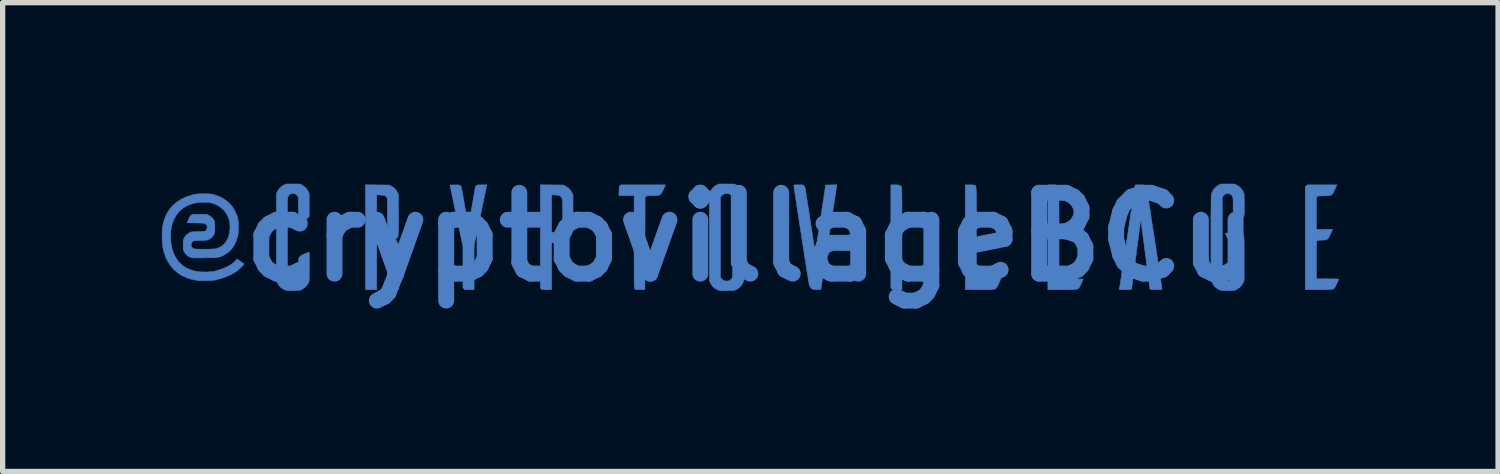
<source format=kicad_pcb>
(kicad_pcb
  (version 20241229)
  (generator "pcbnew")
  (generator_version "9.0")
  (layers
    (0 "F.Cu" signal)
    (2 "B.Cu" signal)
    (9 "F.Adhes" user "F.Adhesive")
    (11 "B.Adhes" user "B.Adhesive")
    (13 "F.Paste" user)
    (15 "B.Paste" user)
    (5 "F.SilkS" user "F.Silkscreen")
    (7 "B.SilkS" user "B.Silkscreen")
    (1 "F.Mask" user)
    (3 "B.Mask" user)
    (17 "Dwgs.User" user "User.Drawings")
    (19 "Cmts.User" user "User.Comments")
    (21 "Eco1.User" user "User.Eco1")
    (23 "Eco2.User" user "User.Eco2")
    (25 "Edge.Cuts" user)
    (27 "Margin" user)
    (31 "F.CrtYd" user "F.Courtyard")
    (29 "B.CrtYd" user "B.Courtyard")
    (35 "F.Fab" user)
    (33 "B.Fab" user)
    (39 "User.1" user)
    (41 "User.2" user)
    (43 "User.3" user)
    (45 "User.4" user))
  (footprint "cryptovillageBCu"
    (layer "B.Cu")
    (at 11.092 1.418)
    (property "Reference" "cryptovillageBCu" (at 0 0 0) (layer "B.Cu") (effects (font (size 1.524 1.524) (thickness 0.3))))
    (attr through_hole)
    (fp_poly (pts (xy 2.765 -0.984) (xy 2.794 -0.981) (xy 2.815 -0.976) (xy 2.83 -0.968) (xy 2.841 -0.955) (xy 2.847 -0.944) (xy 2.849 -0.94) (xy 2.85 -0.935) (xy 2.851 -0.927) (xy 2.852 -0.916) (xy 2.853 -0.902) (xy 2.854 -0.884) (xy 2.854 -0.861) (xy 2.855 -0.833) (xy 2.856 -0.799) (xy 2.856 -0.759) (xy 2.856 -0.711) (xy 2.857 -0.656) (xy 2.857 -0.592) (xy 2.857 -0.519) (xy 2.857 -0.437) (xy 2.857 -0.345) (xy 2.857 -0.242) (xy 2.857 -0.128) (xy 2.857 -0.001) (xy 2.857 0.034) (xy 2.857 0.991) (xy 2.768 0.991) (xy 2.733 0.991) (xy 2.708 0.99) (xy 2.691 0.989) (xy 2.68 0.986) (xy 2.672 0.982) (xy 2.665 0.977) (xy 2.664 0.975) (xy 2.648 0.959) (xy 2.648 -0.984) (xy 2.724 -0.984) (xy 2.765 -0.984)) (stroke (width 0.01) (type solid)) (fill yes) (layer "B.Cu"))
    (fp_poly (pts (xy 5.723 -0.984) (xy 5.753 -0.982) (xy 5.774 -0.979) (xy 5.782 -0.977) (xy 5.787 -0.975) (xy 5.791 -0.973) (xy 5.795 -0.971) (xy 5.799 -0.967) (xy 5.802 -0.963) (xy 5.804 -0.955) (xy 5.807 -0.945) (xy 5.809 -0.932) (xy 5.811 -0.914) (xy 5.812 -0.891) (xy 5.813 -0.863) (xy 5.814 -0.829) (xy 5.815 -0.788) (xy 5.816 -0.74) (xy 5.816 -0.684) (xy 5.816 -0.619) (xy 5.816 -0.545) (xy 5.817 -0.462) (xy 5.817 -0.367) (xy 5.817 -0.262) (xy 5.817 -0.145) (xy 5.817 -0.073) (xy 5.817 0.787) (xy 6.273 0.791) (xy 6.241 0.864) (xy 6.225 0.9) (xy 6.212 0.926) (xy 6.202 0.945) (xy 6.193 0.957) (xy 6.183 0.966) (xy 6.172 0.973) (xy 6.163 0.978) (xy 6.156 0.981) (xy 6.149 0.983) (xy 6.139 0.986) (xy 6.127 0.987) (xy 6.11 0.988) (xy 6.088 0.989) (xy 6.059 0.99) (xy 6.021 0.99) (xy 5.975 0.991) (xy 5.918 0.991) (xy 5.872 0.991) (xy 5.607 0.991) (xy 5.607 -0.984) (xy 5.686 -0.984) (xy 5.723 -0.984)) (stroke (width 0.01) (type solid)) (fill yes) (layer "B.Cu"))
    (fp_poly (pts (xy 4.166 -0.984) (xy 4.195 -0.982) (xy 4.216 -0.98) (xy 4.229 -0.978) (xy 4.229 -0.978) (xy 4.234 -0.976) (xy 4.238 -0.973) (xy 4.241 -0.971) (xy 4.245 -0.967) (xy 4.247 -0.962) (xy 4.25 -0.954) (xy 4.252 -0.943) (xy 4.254 -0.929) (xy 4.255 -0.91) (xy 4.257 -0.886) (xy 4.258 -0.857) (xy 4.259 -0.822) (xy 4.259 -0.78) (xy 4.26 -0.73) (xy 4.26 -0.672) (xy 4.261 -0.606) (xy 4.261 -0.53) (xy 4.261 -0.445) (xy 4.261 -0.349) (xy 4.261 -0.241) (xy 4.261 -0.122) (xy 4.261 -0.073) (xy 4.261 0.787) (xy 4.489 0.787) (xy 4.542 0.787) (xy 4.59 0.788) (xy 4.633 0.788) (xy 4.668 0.788) (xy 4.695 0.789) (xy 4.712 0.789) (xy 4.718 0.79) (xy 4.716 0.797) (xy 4.709 0.813) (xy 4.699 0.836) (xy 4.687 0.862) (xy 4.675 0.889) (xy 4.663 0.914) (xy 4.653 0.934) (xy 4.646 0.948) (xy 4.644 0.951) (xy 4.632 0.963) (xy 4.615 0.975) (xy 4.608 0.978) (xy 4.601 0.981) (xy 4.593 0.984) (xy 4.582 0.986) (xy 4.568 0.987) (xy 4.549 0.988) (xy 4.524 0.989) (xy 4.492 0.99) (xy 4.451 0.99) (xy 4.401 0.99) (xy 4.339 0.99) (xy 4.316 0.99) (xy 4.051 0.991) (xy 4.051 -0.984) (xy 4.134 -0.984) (xy 4.166 -0.984)) (stroke (width 0.01) (type solid)) (fill yes) (layer "B.Cu"))
    (fp_poly (pts (xy -4.969 -0.97) (xy -4.971 -0.962) (xy -4.975 -0.942) (xy -4.981 -0.912) (xy -4.99 -0.872) (xy -5 -0.823) (xy -5.012 -0.766) (xy -5.025 -0.702) (xy -5.04 -0.633) (xy -5.056 -0.558) (xy -5.072 -0.478) (xy -5.09 -0.397) (xy -5.207 0.162) (xy -5.207 0.991) (xy -5.384 0.991) (xy -5.4 0.971) (xy -5.417 0.952) (xy -5.417 0.175) (xy -5.662 -0.981) (xy -5.574 -0.983) (xy -5.533 -0.983) (xy -5.503 -0.982) (xy -5.482 -0.979) (xy -5.467 -0.973) (xy -5.457 -0.963) (xy -5.45 -0.95) (xy -5.449 -0.947) (xy -5.447 -0.938) (xy -5.443 -0.917) (xy -5.437 -0.887) (xy -5.429 -0.847) (xy -5.421 -0.799) (xy -5.411 -0.745) (xy -5.4 -0.686) (xy -5.389 -0.622) (xy -5.382 -0.578) (xy -5.37 -0.512) (xy -5.359 -0.45) (xy -5.349 -0.393) (xy -5.34 -0.342) (xy -5.332 -0.297) (xy -5.326 -0.261) (xy -5.321 -0.235) (xy -5.317 -0.218) (xy -5.316 -0.214) (xy -5.314 -0.218) (xy -5.31 -0.233) (xy -5.305 -0.26) (xy -5.297 -0.297) (xy -5.289 -0.343) (xy -5.278 -0.399) (xy -5.267 -0.462) (xy -5.254 -0.533) (xy -5.247 -0.576) (xy -5.182 -0.949) (xy -5.163 -0.967) (xy -5.155 -0.974) (xy -5.147 -0.978) (xy -5.137 -0.982) (xy -5.122 -0.983) (xy -5.101 -0.984) (xy -5.07 -0.984) (xy -5.054 -0.984) (xy -4.965 -0.984) (xy -4.969 -0.97)) (stroke (width 0.01) (type solid)) (fill yes) (layer "B.Cu"))
    (fp_poly (pts (xy -1.606 -0.97) (xy -1.617 -0.943) (xy -1.631 -0.913) (xy -1.646 -0.883) (xy -1.661 -0.854) (xy -1.675 -0.83) (xy -1.686 -0.813) (xy -1.69 -0.808) (xy -1.703 -0.798) (xy -1.717 -0.791) (xy -1.736 -0.786) (xy -1.762 -0.783) (xy -1.795 -0.782) (xy -1.839 -0.781) (xy -1.849 -0.781) (xy -1.887 -0.781) (xy -1.914 -0.781) (xy -1.933 -0.779) (xy -1.946 -0.777) (xy -1.955 -0.774) (xy -1.962 -0.769) (xy -1.967 -0.766) (xy -1.984 -0.75) (xy -1.986 0.12) (xy -1.988 0.991) (xy -2.077 0.991) (xy -2.112 0.99) (xy -2.138 0.99) (xy -2.155 0.988) (xy -2.166 0.986) (xy -2.173 0.982) (xy -2.178 0.978) (xy -2.18 0.976) (xy -2.181 0.973) (xy -2.183 0.97) (xy -2.184 0.964) (xy -2.185 0.956) (xy -2.186 0.945) (xy -2.187 0.93) (xy -2.188 0.911) (xy -2.189 0.886) (xy -2.189 0.856) (xy -2.19 0.82) (xy -2.19 0.777) (xy -2.19 0.726) (xy -2.19 0.667) (xy -2.191 0.6) (xy -2.191 0.522) (xy -2.191 0.435) (xy -2.191 0.337) (xy -2.191 0.228) (xy -2.191 0.106) (xy -2.191 -0.781) (xy -2.477 -0.781) (xy -2.475 -0.867) (xy -2.474 -0.902) (xy -2.473 -0.926) (xy -2.472 -0.942) (xy -2.469 -0.953) (xy -2.464 -0.96) (xy -2.458 -0.967) (xy -2.456 -0.969) (xy -2.438 -0.984) (xy -1.601 -0.984) (xy -1.606 -0.97)) (stroke (width 0.01) (type solid)) (fill yes) (layer "B.Cu"))
    (fp_poly (pts (xy -3.742 -0.983) (xy -3.527 -0.981) (xy -3.486 -0.961) (xy -3.438 -0.931) (xy -3.398 -0.891) (xy -3.367 -0.846) (xy -3.363 -0.838) (xy -3.343 -0.797) (xy -3.342 -0.481) (xy -3.341 -0.404) (xy -3.341 -0.337) (xy -3.341 -0.281) (xy -3.342 -0.234) (xy -3.343 -0.195) (xy -3.345 -0.163) (xy -3.347 -0.137) (xy -3.35 -0.115) (xy -3.354 -0.096) (xy -3.359 -0.079) (xy -3.366 -0.063) (xy -3.373 -0.047) (xy -3.375 -0.042) (xy -3.389 -0.017) (xy -3.407 0.009) (xy -3.419 0.024) (xy -3.451 0.054) (xy -3.488 0.077) (xy -3.531 0.093) (xy -3.582 0.103) (xy -3.642 0.107) (xy -3.669 0.108) (xy -3.747 0.108) (xy -3.747 0.991) (xy -3.838 0.991) (xy -3.874 0.991) (xy -3.899 0.99) (xy -3.916 0.989) (xy -3.927 0.987) (xy -3.934 0.983) (xy -3.94 0.978) (xy -3.943 0.974) (xy -3.956 0.957) (xy -3.956 -0.089) (xy -3.747 -0.089) (xy -3.682 -0.089) (xy -3.65 -0.089) (xy -3.628 -0.091) (xy -3.612 -0.095) (xy -3.598 -0.1) (xy -3.595 -0.102) (xy -3.576 -0.116) (xy -3.558 -0.134) (xy -3.556 -0.138) (xy -3.54 -0.161) (xy -3.538 -0.423) (xy -3.538 -0.493) (xy -3.538 -0.552) (xy -3.538 -0.6) (xy -3.539 -0.639) (xy -3.54 -0.67) (xy -3.542 -0.694) (xy -3.545 -0.713) (xy -3.549 -0.727) (xy -3.554 -0.738) (xy -3.561 -0.748) (xy -3.568 -0.756) (xy -3.571 -0.759) (xy -3.591 -0.775) (xy -3.615 -0.786) (xy -3.647 -0.792) (xy -3.687 -0.794) (xy -3.694 -0.794) (xy -3.747 -0.794) (xy -3.747 -0.089) (xy -3.956 -0.089) (xy -3.956 -0.985) (xy -3.742 -0.983)) (stroke (width 0.01) (type solid)) (fill yes) (layer "B.Cu"))
    (fp_poly (pts (xy 11.029 -0.929) (xy 11.016 -0.901) (xy 11.004 -0.875) (xy 10.995 -0.854) (xy 10.992 -0.848) (xy 10.981 -0.827) (xy 10.969 -0.81) (xy 10.954 -0.798) (xy 10.933 -0.789) (xy 10.906 -0.783) (xy 10.87 -0.779) (xy 10.825 -0.777) (xy 10.8 -0.776) (xy 10.759 -0.775) (xy 10.729 -0.774) (xy 10.708 -0.772) (xy 10.695 -0.77) (xy 10.686 -0.768) (xy 10.681 -0.764) (xy 10.677 -0.76) (xy 10.675 -0.755) (xy 10.673 -0.747) (xy 10.672 -0.735) (xy 10.671 -0.717) (xy 10.67 -0.693) (xy 10.669 -0.661) (xy 10.668 -0.621) (xy 10.668 -0.571) (xy 10.668 -0.51) (xy 10.668 -0.446) (xy 10.668 -0.146) (xy 10.972 -0.146) (xy 10.95 -0.094) (xy 10.93 -0.048) (xy 10.913 -0.012) (xy 10.898 0.015) (xy 10.882 0.033) (xy 10.865 0.045) (xy 10.844 0.053) (xy 10.819 0.056) (xy 10.788 0.057) (xy 10.777 0.057) (xy 10.736 0.058) (xy 10.706 0.063) (xy 10.686 0.07) (xy 10.674 0.082) (xy 10.672 0.086) (xy 10.671 0.094) (xy 10.671 0.114) (xy 10.67 0.144) (xy 10.669 0.183) (xy 10.669 0.23) (xy 10.668 0.283) (xy 10.668 0.343) (xy 10.668 0.406) (xy 10.668 0.442) (xy 10.668 0.787) (xy 10.878 0.787) (xy 10.942 0.788) (xy 10.995 0.788) (xy 11.037 0.789) (xy 11.066 0.79) (xy 11.083 0.792) (xy 11.087 0.794) (xy 11.084 0.804) (xy 11.077 0.823) (xy 11.066 0.847) (xy 11.054 0.875) (xy 11.04 0.902) (xy 11.028 0.927) (xy 11.017 0.946) (xy 11.01 0.957) (xy 11.009 0.958) (xy 11.002 0.966) (xy 10.994 0.972) (xy 10.984 0.978) (xy 10.973 0.982) (xy 10.957 0.985) (xy 10.936 0.987) (xy 10.908 0.989) (xy 10.873 0.99) (xy 10.829 0.99) (xy 10.775 0.991) (xy 10.71 0.991) (xy 10.706 0.991) (xy 10.458 0.991) (xy 10.458 -0.947) (xy 10.477 -0.966) (xy 10.496 -0.984) (xy 10.775 -0.984) (xy 11.055 -0.984) (xy 11.029 -0.929)) (stroke (width 0.01) (type solid)) (fill yes) (layer "B.Cu"))
    (fp_poly (pts (xy -7.031 -0.983) (xy -6.81 -0.981) (xy -6.768 -0.96) (xy -6.723 -0.932) (xy -6.685 -0.894) (xy -6.654 -0.849) (xy -6.649 -0.838) (xy -6.633 -0.803) (xy -6.631 -0.433) (xy -6.63 -0.349) (xy -6.63 -0.277) (xy -6.63 -0.216) (xy -6.631 -0.165) (xy -6.631 -0.123) (xy -6.633 -0.088) (xy -6.635 -0.06) (xy -6.637 -0.038) (xy -6.64 -0.02) (xy -6.645 -0.006) (xy -6.65 0.004) (xy -6.656 0.014) (xy -6.663 0.022) (xy -6.67 0.03) (xy -6.683 0.042) (xy -6.687 0.05) (xy -6.684 0.056) (xy -6.679 0.062) (xy -6.661 0.084) (xy -6.647 0.116) (xy -6.637 0.151) (xy -6.635 0.165) (xy -6.633 0.191) (xy -6.632 0.228) (xy -6.631 0.276) (xy -6.63 0.337) (xy -6.63 0.41) (xy -6.63 0.495) (xy -6.629 0.588) (xy -6.629 0.991) (xy -6.839 0.991) (xy -6.839 0.224) (xy -6.853 0.197) (xy -6.867 0.176) (xy -6.883 0.162) (xy -6.904 0.153) (xy -6.932 0.148) (xy -6.97 0.146) (xy -6.977 0.146) (xy -7.042 0.146) (xy -7.042 0.991) (xy -7.252 0.991) (xy -7.252 -0.049) (xy -7.042 -0.049) (xy -6.974 -0.052) (xy -6.931 -0.056) (xy -6.9 -0.061) (xy -6.885 -0.066) (xy -6.868 -0.079) (xy -6.854 -0.097) (xy -6.852 -0.101) (xy -6.849 -0.108) (xy -6.846 -0.115) (xy -6.844 -0.123) (xy -6.843 -0.135) (xy -6.841 -0.151) (xy -6.84 -0.172) (xy -6.84 -0.2) (xy -6.839 -0.235) (xy -6.839 -0.28) (xy -6.839 -0.334) (xy -6.839 -0.399) (xy -6.839 -0.424) (xy -6.839 -0.493) (xy -6.839 -0.552) (xy -6.839 -0.599) (xy -6.84 -0.638) (xy -6.84 -0.668) (xy -6.841 -0.692) (xy -6.843 -0.709) (xy -6.844 -0.722) (xy -6.846 -0.732) (xy -6.848 -0.739) (xy -6.85 -0.743) (xy -6.862 -0.761) (xy -6.878 -0.775) (xy -6.9 -0.784) (xy -6.931 -0.789) (xy -6.971 -0.792) (xy -6.973 -0.793) (xy -7.042 -0.795) (xy -7.042 -0.049) (xy -7.252 -0.049) (xy -7.252 -0.985) (xy -7.031 -0.983)) (stroke (width 0.01) (type solid)) (fill yes) (layer "B.Cu"))
    (fp_poly (pts (xy -0.265 -0.982) (xy -0.217 -0.952) (xy -0.176 -0.912) (xy -0.145 -0.866) (xy -0.125 -0.814) (xy -0.121 -0.794) (xy -0.12 -0.783) (xy -0.119 -0.76) (xy -0.118 -0.726) (xy -0.117 -0.683) (xy -0.117 -0.63) (xy -0.116 -0.57) (xy -0.116 -0.503) (xy -0.115 -0.429) (xy -0.115 -0.351) (xy -0.115 -0.269) (xy -0.114 -0.184) (xy -0.114 -0.097) (xy -0.114 -0.009) (xy -0.114 0.079) (xy -0.114 0.167) (xy -0.115 0.252) (xy -0.115 0.335) (xy -0.115 0.414) (xy -0.115 0.489) (xy -0.116 0.557) (xy -0.116 0.619) (xy -0.117 0.673) (xy -0.118 0.719) (xy -0.119 0.755) (xy -0.119 0.781) (xy -0.12 0.795) (xy -0.12 0.796) (xy -0.135 0.85) (xy -0.161 0.9) (xy -0.197 0.942) (xy -0.24 0.975) (xy -0.26 0.986) (xy -0.301 1.006) (xy -0.438 1.008) (xy -0.484 1.008) (xy -0.52 1.008) (xy -0.547 1.008) (xy -0.567 1.007) (xy -0.583 1.004) (xy -0.596 1.001) (xy -0.608 0.998) (xy -0.659 0.973) (xy -0.702 0.938) (xy -0.737 0.894) (xy -0.754 0.864) (xy -0.772 0.829) (xy -0.772 -0.747) (xy -0.565 -0.747) (xy -0.565 0.754) (xy -0.551 0.775) (xy -0.524 0.804) (xy -0.491 0.823) (xy -0.453 0.83) (xy -0.413 0.826) (xy -0.411 0.825) (xy -0.382 0.812) (xy -0.357 0.791) (xy -0.34 0.766) (xy -0.339 0.764) (xy -0.337 0.754) (xy -0.336 0.733) (xy -0.335 0.701) (xy -0.334 0.659) (xy -0.333 0.608) (xy -0.332 0.549) (xy -0.331 0.484) (xy -0.331 0.413) (xy -0.33 0.337) (xy -0.33 0.256) (xy -0.329 0.173) (xy -0.329 0.089) (xy -0.329 0.003) (xy -0.329 -0.083) (xy -0.329 -0.168) (xy -0.33 -0.251) (xy -0.33 -0.331) (xy -0.331 -0.407) (xy -0.331 -0.478) (xy -0.332 -0.544) (xy -0.333 -0.602) (xy -0.334 -0.653) (xy -0.335 -0.695) (xy -0.336 -0.727) (xy -0.337 -0.748) (xy -0.339 -0.758) (xy -0.357 -0.786) (xy -0.383 -0.807) (xy -0.413 -0.819) (xy -0.447 -0.823) (xy -0.481 -0.818) (xy -0.512 -0.805) (xy -0.54 -0.783) (xy -0.551 -0.769) (xy -0.565 -0.747) (xy -0.772 -0.747) (xy -0.772 -0.822) (xy -0.755 -0.859) (xy -0.726 -0.904) (xy -0.689 -0.944) (xy -0.645 -0.975) (xy -0.636 -0.98) (xy -0.594 -1) (xy -0.302 -1) (xy -0.265 -0.982)) (stroke (width 0.01) (type solid)) (fill yes) (layer "B.Cu"))
    (fp_poly (pts (xy 1.625 -0.951) (xy 1.623 -0.941) (xy 1.62 -0.919) (xy 1.615 -0.886) (xy 1.608 -0.843) (xy 1.6 -0.79) (xy 1.591 -0.728) (xy 1.58 -0.657) (xy 1.568 -0.58) (xy 1.555 -0.495) (xy 1.541 -0.404) (xy 1.527 -0.309) (xy 1.511 -0.208) (xy 1.495 -0.103) (xy 1.479 0.004) (xy 1.477 0.019) (xy 1.46 0.127) (xy 1.444 0.231) (xy 1.429 0.332) (xy 1.414 0.427) (xy 1.4 0.518) (xy 1.387 0.602) (xy 1.375 0.68) (xy 1.365 0.75) (xy 1.355 0.811) (xy 1.347 0.864) (xy 1.34 0.908) (xy 1.335 0.941) (xy 1.332 0.962) (xy 1.33 0.973) (xy 1.33 0.973) (xy 1.326 0.991) (xy 1.258 0.99) (xy 1.222 0.99) (xy 1.196 0.987) (xy 1.177 0.983) (xy 1.17 0.98) (xy 1.145 0.962) (xy 1.125 0.933) (xy 1.109 0.897) (xy 1.108 0.892) (xy 1.106 0.883) (xy 1.103 0.862) (xy 1.097 0.831) (xy 1.091 0.789) (xy 1.083 0.739) (xy 1.073 0.68) (xy 1.063 0.614) (xy 1.051 0.541) (xy 1.039 0.463) (xy 1.026 0.379) (xy 1.012 0.292) (xy 0.998 0.202) (xy 0.984 0.11) (xy 0.969 0.016) (xy 0.955 -0.078) (xy 0.94 -0.172) (xy 0.926 -0.265) (xy 0.912 -0.356) (xy 0.899 -0.444) (xy 0.886 -0.528) (xy 0.874 -0.607) (xy 0.862 -0.681) (xy 0.852 -0.748) (xy 0.843 -0.809) (xy 0.835 -0.861) (xy 0.829 -0.904) (xy 0.824 -0.938) (xy 0.821 -0.961) (xy 0.819 -0.973) (xy 0.819 -0.973) (xy 0.82 -0.978) (xy 0.825 -0.981) (xy 0.836 -0.983) (xy 0.853 -0.984) (xy 0.881 -0.984) (xy 0.907 -0.984) (xy 0.942 -0.984) (xy 0.967 -0.984) (xy 0.984 -0.982) (xy 0.994 -0.98) (xy 1.002 -0.976) (xy 1.007 -0.97) (xy 1.008 -0.97) (xy 1.02 -0.955) (xy 1.027 -0.943) (xy 1.029 -0.935) (xy 1.033 -0.915) (xy 1.038 -0.885) (xy 1.045 -0.845) (xy 1.053 -0.795) (xy 1.062 -0.737) (xy 1.072 -0.672) (xy 1.083 -0.601) (xy 1.095 -0.524) (xy 1.108 -0.442) (xy 1.121 -0.356) (xy 1.128 -0.311) (xy 1.141 -0.225) (xy 1.154 -0.142) (xy 1.166 -0.064) (xy 1.177 0.009) (xy 1.188 0.075) (xy 1.197 0.134) (xy 1.205 0.185) (xy 1.212 0.228) (xy 1.218 0.261) (xy 1.222 0.283) (xy 1.224 0.294) (xy 1.224 0.295) (xy 1.226 0.287) (xy 1.229 0.267) (xy 1.233 0.237) (xy 1.239 0.197) (xy 1.247 0.147) (xy 1.256 0.089) (xy 1.266 0.024) (xy 1.277 -0.047) (xy 1.288 -0.125) (xy 1.301 -0.207) (xy 1.314 -0.293) (xy 1.323 -0.349) (xy 1.419 -0.981) (xy 1.63 -0.985) (xy 1.625 -0.951)) (stroke (width 0.01) (type solid)) (fill yes) (layer "B.Cu"))
    (fp_poly (pts (xy 7.371 -0.983) (xy 7.402 -0.98) (xy 7.424 -0.974) (xy 7.441 -0.963) (xy 7.453 -0.948) (xy 7.461 -0.932) (xy 7.464 -0.922) (xy 7.468 -0.9) (xy 7.474 -0.866) (xy 7.482 -0.821) (xy 7.492 -0.764) (xy 7.503 -0.695) (xy 7.516 -0.614) (xy 7.531 -0.521) (xy 7.547 -0.416) (xy 7.565 -0.298) (xy 7.585 -0.168) (xy 7.607 -0.026) (xy 7.616 0.035) (xy 7.633 0.143) (xy 7.649 0.247) (xy 7.664 0.347) (xy 7.679 0.443) (xy 7.692 0.533) (xy 7.705 0.617) (xy 7.717 0.694) (xy 7.727 0.763) (xy 7.736 0.824) (xy 7.744 0.876) (xy 7.751 0.919) (xy 7.755 0.951) (xy 7.758 0.973) (xy 7.76 0.982) (xy 7.76 0.983) (xy 7.757 0.986) (xy 7.747 0.988) (xy 7.728 0.989) (xy 7.7 0.99) (xy 7.661 0.991) (xy 7.645 0.991) (xy 7.609 0.99) (xy 7.577 0.99) (xy 7.552 0.988) (xy 7.536 0.987) (xy 7.531 0.985) (xy 7.53 0.978) (xy 7.528 0.959) (xy 7.524 0.929) (xy 7.519 0.89) (xy 7.513 0.843) (xy 7.506 0.788) (xy 7.498 0.727) (xy 7.489 0.66) (xy 7.48 0.589) (xy 7.47 0.514) (xy 7.46 0.437) (xy 7.45 0.359) (xy 7.439 0.28) (xy 7.429 0.202) (xy 7.419 0.126) (xy 7.409 0.052) (xy 7.4 -0.018) (xy 7.391 -0.084) (xy 7.383 -0.144) (xy 7.376 -0.197) (xy 7.37 -0.242) (xy 7.365 -0.279) (xy 7.361 -0.306) (xy 7.359 -0.323) (xy 7.358 -0.327) (xy 7.357 -0.322) (xy 7.354 -0.304) (xy 7.35 -0.275) (xy 7.345 -0.237) (xy 7.339 -0.189) (xy 7.331 -0.132) (xy 7.323 -0.068) (xy 7.313 0.003) (xy 7.303 0.08) (xy 7.292 0.162) (xy 7.281 0.248) (xy 7.272 0.319) (xy 7.26 0.409) (xy 7.249 0.495) (xy 7.238 0.577) (xy 7.228 0.653) (xy 7.219 0.724) (xy 7.21 0.788) (xy 7.203 0.844) (xy 7.196 0.892) (xy 7.191 0.93) (xy 7.187 0.958) (xy 7.185 0.975) (xy 7.184 0.979) (xy 7.182 0.983) (xy 7.177 0.986) (xy 7.167 0.988) (xy 7.151 0.99) (xy 7.127 0.99) (xy 7.093 0.991) (xy 7.067 0.991) (xy 6.952 0.991) (xy 6.956 0.973) (xy 6.957 0.965) (xy 6.96 0.945) (xy 6.965 0.915) (xy 6.971 0.874) (xy 6.979 0.825) (xy 6.988 0.767) (xy 6.998 0.701) (xy 7.009 0.629) (xy 7.02 0.551) (xy 7.033 0.468) (xy 7.046 0.38) (xy 7.06 0.29) (xy 7.074 0.196) (xy 7.089 0.101) (xy 7.103 0.006) (xy 7.118 -0.09) (xy 7.132 -0.186) (xy 7.146 -0.279) (xy 7.16 -0.371) (xy 7.173 -0.459) (xy 7.186 -0.542) (xy 7.198 -0.622) (xy 7.209 -0.695) (xy 7.219 -0.762) (xy 7.228 -0.821) (xy 7.236 -0.872) (xy 7.242 -0.915) (xy 7.247 -0.947) (xy 7.25 -0.969) (xy 7.252 -0.979) (xy 7.252 -0.98) (xy 7.258 -0.982) (xy 7.274 -0.983) (xy 7.298 -0.984) (xy 7.327 -0.984) (xy 7.329 -0.984) (xy 7.371 -0.983)) (stroke (width 0.01) (type solid)) (fill yes) (layer "B.Cu"))
    (fp_poly (pts (xy -8.449 -0.98) (xy -8.408 -0.953) (xy -8.37 -0.916) (xy -8.341 -0.875) (xy -8.332 -0.859) (xy -8.315 -0.822) (xy -8.315 -0.39) (xy -8.332 -0.368) (xy -8.343 -0.356) (xy -8.361 -0.344) (xy -8.386 -0.33) (xy -8.421 -0.313) (xy -8.424 -0.312) (xy -8.453 -0.299) (xy -8.478 -0.288) (xy -8.497 -0.279) (xy -8.507 -0.275) (xy -8.507 -0.275) (xy -8.509 -0.277) (xy -8.511 -0.286) (xy -8.512 -0.302) (xy -8.514 -0.326) (xy -8.515 -0.36) (xy -8.515 -0.404) (xy -8.516 -0.459) (xy -8.517 -0.513) (xy -8.519 -0.753) (xy -8.536 -0.777) (xy -8.563 -0.803) (xy -8.595 -0.818) (xy -8.629 -0.821) (xy -8.647 -0.818) (xy -8.676 -0.806) (xy -8.699 -0.786) (xy -8.712 -0.768) (xy -8.714 -0.764) (xy -8.715 -0.761) (xy -8.717 -0.756) (xy -8.718 -0.749) (xy -8.72 -0.74) (xy -8.721 -0.728) (xy -8.722 -0.712) (xy -8.722 -0.691) (xy -8.723 -0.666) (xy -8.724 -0.634) (xy -8.724 -0.596) (xy -8.724 -0.55) (xy -8.724 -0.496) (xy -8.725 -0.434) (xy -8.725 -0.362) (xy -8.725 -0.28) (xy -8.725 -0.187) (xy -8.725 -0.083) (xy -8.725 0.002) (xy -8.725 0.117) (xy -8.725 0.219) (xy -8.725 0.31) (xy -8.725 0.391) (xy -8.725 0.462) (xy -8.724 0.523) (xy -8.724 0.576) (xy -8.723 0.621) (xy -8.722 0.659) (xy -8.721 0.69) (xy -8.72 0.716) (xy -8.718 0.737) (xy -8.716 0.753) (xy -8.714 0.765) (xy -8.711 0.774) (xy -8.708 0.781) (xy -8.704 0.787) (xy -8.7 0.791) (xy -8.695 0.795) (xy -8.69 0.8) (xy -8.689 0.801) (xy -8.661 0.82) (xy -8.629 0.827) (xy -8.597 0.825) (xy -8.567 0.812) (xy -8.542 0.789) (xy -8.531 0.774) (xy -8.527 0.767) (xy -8.524 0.758) (xy -8.522 0.747) (xy -8.52 0.731) (xy -8.519 0.709) (xy -8.518 0.679) (xy -8.517 0.641) (xy -8.516 0.591) (xy -8.515 0.577) (xy -8.512 0.402) (xy -8.495 0.377) (xy -8.487 0.365) (xy -8.476 0.355) (xy -8.461 0.346) (xy -8.439 0.334) (xy -8.408 0.32) (xy -8.403 0.318) (xy -8.374 0.305) (xy -8.349 0.294) (xy -8.33 0.286) (xy -8.32 0.281) (xy -8.32 0.281) (xy -8.318 0.282) (xy -8.316 0.289) (xy -8.315 0.301) (xy -8.314 0.32) (xy -8.313 0.347) (xy -8.313 0.383) (xy -8.313 0.429) (xy -8.313 0.486) (xy -8.313 0.553) (xy -8.315 0.829) (xy -8.332 0.865) (xy -8.36 0.911) (xy -8.398 0.95) (xy -8.442 0.981) (xy -8.451 0.986) (xy -8.493 1.006) (xy -8.614 1.008) (xy -8.657 1.009) (xy -8.69 1.008) (xy -8.715 1.008) (xy -8.734 1.006) (xy -8.749 1.003) (xy -8.762 0.999) (xy -8.767 0.998) (xy -8.819 0.973) (xy -8.862 0.938) (xy -8.897 0.894) (xy -8.914 0.864) (xy -8.931 0.829) (xy -8.931 -0.822) (xy -8.913 -0.86) (xy -8.886 -0.902) (xy -8.85 -0.941) (xy -8.81 -0.972) (xy -8.792 -0.981) (xy -8.753 -1) (xy -8.487 -1) (xy -8.449 -0.98)) (stroke (width 0.01) (type solid)) (fill yes) (layer "B.Cu"))
    (fp_poly (pts (xy 9.164 -0.98) (xy 9.213 -0.95) (xy 9.253 -0.911) (xy 9.283 -0.864) (xy 9.286 -0.859) (xy 9.306 -0.816) (xy 9.308 -0.611) (xy 9.308 -0.547) (xy 9.309 -0.495) (xy 9.308 -0.453) (xy 9.306 -0.42) (xy 9.301 -0.393) (xy 9.294 -0.372) (xy 9.284 -0.356) (xy 9.269 -0.342) (xy 9.25 -0.33) (xy 9.226 -0.318) (xy 9.197 -0.305) (xy 9.177 -0.296) (xy 9.151 -0.284) (xy 9.128 -0.275) (xy 9.112 -0.269) (xy 9.106 -0.267) (xy 9.104 -0.273) (xy 9.103 -0.292) (xy 9.101 -0.322) (xy 9.1 -0.364) (xy 9.1 -0.418) (xy 9.1 -0.482) (xy 9.1 -0.502) (xy 9.1 -0.566) (xy 9.099 -0.62) (xy 9.099 -0.663) (xy 9.098 -0.697) (xy 9.096 -0.723) (xy 9.093 -0.744) (xy 9.089 -0.759) (xy 9.085 -0.771) (xy 9.078 -0.78) (xy 9.071 -0.788) (xy 9.062 -0.795) (xy 9.031 -0.814) (xy 8.998 -0.821) (xy 8.966 -0.817) (xy 8.937 -0.801) (xy 8.912 -0.775) (xy 8.908 -0.769) (xy 8.893 -0.746) (xy 8.893 0.752) (xy 8.908 0.776) (xy 8.931 0.804) (xy 8.96 0.821) (xy 8.992 0.827) (xy 9.025 0.823) (xy 9.057 0.806) (xy 9.062 0.802) (xy 9.07 0.795) (xy 9.077 0.788) (xy 9.083 0.78) (xy 9.088 0.77) (xy 9.092 0.756) (xy 9.094 0.739) (xy 9.096 0.716) (xy 9.098 0.686) (xy 9.099 0.649) (xy 9.099 0.603) (xy 9.099 0.547) (xy 9.1 0.481) (xy 9.1 0.443) (xy 9.1 0.142) (xy 9.077 0.134) (xy 9.059 0.124) (xy 9.041 0.108) (xy 9.039 0.105) (xy 9.031 0.093) (xy 9.02 0.073) (xy 9.007 0.047) (xy 8.993 0.019) (xy 8.979 -0.009) (xy 8.967 -0.035) (xy 8.958 -0.055) (xy 8.954 -0.068) (xy 8.954 -0.071) (xy 8.958 -0.073) (xy 8.974 -0.075) (xy 9 -0.076) (xy 9.037 -0.076) (xy 9.087 -0.075) (xy 9.098 -0.075) (xy 9.149 -0.074) (xy 9.19 -0.073) (xy 9.22 -0.071) (xy 9.243 -0.067) (xy 9.261 -0.063) (xy 9.273 -0.056) (xy 9.283 -0.048) (xy 9.292 -0.037) (xy 9.294 -0.034) (xy 9.296 -0.03) (xy 9.298 -0.025) (xy 9.3 -0.018) (xy 9.302 -0.008) (xy 9.303 0.006) (xy 9.304 0.024) (xy 9.304 0.048) (xy 9.305 0.079) (xy 9.305 0.117) (xy 9.306 0.164) (xy 9.306 0.22) (xy 9.306 0.287) (xy 9.306 0.365) (xy 9.306 0.403) (xy 9.306 0.822) (xy 9.286 0.864) (xy 9.257 0.912) (xy 9.218 0.952) (xy 9.171 0.983) (xy 9.164 0.986) (xy 9.122 1.006) (xy 9.001 1.008) (xy 8.959 1.009) (xy 8.927 1.009) (xy 8.903 1.008) (xy 8.885 1.007) (xy 8.871 1.004) (xy 8.859 1) (xy 8.846 0.995) (xy 8.845 0.995) (xy 8.809 0.978) (xy 8.78 0.958) (xy 8.753 0.932) (xy 8.747 0.927) (xy 8.719 0.887) (xy 8.698 0.841) (xy 8.687 0.796) (xy 8.686 0.784) (xy 8.685 0.76) (xy 8.684 0.725) (xy 8.683 0.679) (xy 8.683 0.622) (xy 8.682 0.556) (xy 8.682 0.481) (xy 8.681 0.397) (xy 8.681 0.306) (xy 8.681 0.208) (xy 8.681 0.103) (xy 8.681 0.003) (xy 8.681 -0.107) (xy 8.681 -0.212) (xy 8.681 -0.309) (xy 8.681 -0.4) (xy 8.682 -0.483) (xy 8.682 -0.557) (xy 8.683 -0.622) (xy 8.683 -0.677) (xy 8.684 -0.723) (xy 8.685 -0.757) (xy 8.686 -0.779) (xy 8.687 -0.789) (xy 8.702 -0.844) (xy 8.727 -0.893) (xy 8.763 -0.935) (xy 8.807 -0.969) (xy 8.826 -0.98) (xy 8.868 -1) (xy 9.122 -1) (xy 9.164 -0.98)) (stroke (width 0.01) (type solid)) (fill yes) (layer "B.Cu"))
    (fp_poly (pts (xy -10.297 -0.815) (xy -10.252 -0.815) (xy -10.218 -0.815) (xy -10.191 -0.813) (xy -10.169 -0.811) (xy -10.15 -0.808) (xy -10.13 -0.804) (xy -10.108 -0.798) (xy -10.107 -0.798) (xy -10.021 -0.769) (xy -9.944 -0.731) (xy -9.875 -0.684) (xy -9.822 -0.637) (xy -9.785 -0.598) (xy -9.756 -0.562) (xy -9.732 -0.523) (xy -9.708 -0.479) (xy -9.706 -0.473) (xy -9.687 -0.431) (xy -9.672 -0.394) (xy -9.662 -0.358) (xy -9.655 -0.32) (xy -9.651 -0.277) (xy -9.649 -0.226) (xy -9.649 -0.187) (xy -9.649 -0.143) (xy -9.65 -0.109) (xy -9.651 -0.082) (xy -9.653 -0.059) (xy -9.657 -0.039) (xy -9.662 -0.018) (xy -9.664 -0.01) (xy -9.691 0.075) (xy -9.727 0.15) (xy -9.77 0.216) (xy -9.822 0.271) (xy -9.881 0.316) (xy -9.928 0.343) (xy -9.952 0.354) (xy -9.973 0.364) (xy -9.993 0.371) (xy -10.013 0.377) (xy -10.035 0.382) (xy -10.06 0.385) (xy -10.091 0.388) (xy -10.128 0.389) (xy -10.173 0.39) (xy -10.228 0.391) (xy -10.287 0.392) (xy -10.348 0.393) (xy -10.397 0.393) (xy -10.436 0.393) (xy -10.467 0.393) (xy -10.491 0.392) (xy -10.509 0.391) (xy -10.523 0.39) (xy -10.535 0.388) (xy -10.544 0.385) (xy -10.554 0.381) (xy -10.555 0.381) (xy -10.595 0.36) (xy -10.632 0.33) (xy -10.662 0.293) (xy -10.672 0.274) (xy -10.68 0.259) (xy -10.684 0.246) (xy -10.688 0.231) (xy -10.689 0.213) (xy -10.69 0.188) (xy -10.69 0.153) (xy -10.69 0.149) (xy -10.69 0.113) (xy -10.689 0.087) (xy -10.688 0.068) (xy -10.685 0.052) (xy -10.68 0.039) (xy -10.674 0.025) (xy -10.65 -0.016) (xy -10.621 -0.048) (xy -10.584 -0.073) (xy -10.574 -0.078) (xy -10.532 -0.098) (xy -10.411 -0.102) (xy -10.365 -0.103) (xy -10.33 -0.105) (xy -10.304 -0.107) (xy -10.285 -0.111) (xy -10.271 -0.117) (xy -10.261 -0.124) (xy -10.253 -0.135) (xy -10.249 -0.142) (xy -10.238 -0.17) (xy -10.238 -0.199) (xy -10.248 -0.226) (xy -10.268 -0.247) (xy -10.276 -0.252) (xy -10.284 -0.256) (xy -10.294 -0.259) (xy -10.308 -0.261) (xy -10.328 -0.262) (xy -10.355 -0.264) (xy -10.391 -0.265) (xy -10.437 -0.265) (xy -10.457 -0.266) (xy -10.5 -0.266) (xy -10.54 -0.267) (xy -10.572 -0.268) (xy -10.597 -0.269) (xy -10.613 -0.27) (xy -10.617 -0.271) (xy -10.615 -0.277) (xy -10.608 -0.293) (xy -10.597 -0.315) (xy -10.586 -0.339) (xy -10.573 -0.367) (xy -10.562 -0.388) (xy -10.552 -0.403) (xy -10.539 -0.414) (xy -10.523 -0.422) (xy -10.502 -0.426) (xy -10.474 -0.428) (xy -10.436 -0.429) (xy -10.389 -0.429) (xy -10.383 -0.429) (xy -10.337 -0.429) (xy -10.303 -0.428) (xy -10.277 -0.428) (xy -10.258 -0.426) (xy -10.244 -0.424) (xy -10.232 -0.421) (xy -10.221 -0.417) (xy -10.21 -0.412) (xy -10.17 -0.387) (xy -10.134 -0.354) (xy -10.108 -0.316) (xy -10.102 -0.305) (xy -10.099 -0.294) (xy -10.096 -0.28) (xy -10.094 -0.262) (xy -10.094 -0.237) (xy -10.093 -0.202) (xy -10.093 -0.184) (xy -10.093 -0.145) (xy -10.094 -0.116) (xy -10.095 -0.095) (xy -10.097 -0.08) (xy -10.101 -0.068) (xy -10.105 -0.057) (xy -10.108 -0.052) (xy -10.137 -0.009) (xy -10.175 0.025) (xy -10.203 0.043) (xy -10.216 0.049) (xy -10.228 0.053) (xy -10.241 0.057) (xy -10.258 0.059) (xy -10.279 0.061) (xy -10.309 0.062) (xy -10.348 0.063) (xy -10.363 0.064) (xy -10.407 0.065) (xy -10.44 0.066) (xy -10.464 0.068) (xy -10.481 0.07) (xy -10.493 0.073) (xy -10.501 0.077) (xy -10.505 0.079) (xy -10.526 0.1) (xy -10.538 0.125) (xy -10.54 0.153) (xy -10.533 0.18) (xy -10.518 0.203) (xy -10.494 0.219) (xy -10.493 0.219) (xy -10.479 0.222) (xy -10.455 0.225) (xy -10.422 0.227) (xy -10.382 0.228) (xy -10.338 0.229) (xy -10.291 0.229) (xy -10.244 0.229) (xy -10.198 0.228) (xy -10.156 0.226) (xy -10.12 0.224) (xy -10.091 0.222) (xy -10.076 0.219) (xy -10.016 0.2) (xy -9.962 0.171) (xy -9.916 0.131) (xy -9.877 0.081) (xy -9.845 0.022) (xy -9.823 -0.045) (xy -9.814 -0.088) (xy -9.809 -0.138) (xy -9.807 -0.191) (xy -9.809 -0.243) (xy -9.814 -0.289) (xy -9.819 -0.314) (xy -9.845 -0.387) (xy -9.88 -0.452) (xy -9.925 -0.509) (xy -9.98 -0.558) (xy -10.043 -0.599) (xy -10.113 -0.63) (xy -10.154 -0.642) (xy -10.199 -0.651) (xy -10.254 -0.656) (xy -10.313 -0.657) (xy -10.373 -0.654) (xy -10.431 -0.648) (xy -10.465 -0.642) (xy -10.551 -0.618) (xy -10.628 -0.585) (xy -10.697 -0.542) (xy -10.758 -0.491) (xy -10.809 -0.429) (xy -10.852 -0.359) (xy -10.886 -0.28) (xy -10.89 -0.269) (xy -10.912 -0.185) (xy -10.925 -0.096) (xy -10.928 -0.004) (xy -10.923 0.089) (xy -10.909 0.179) (xy -10.886 0.265) (xy -10.854 0.344) (xy -10.852 0.347) (xy -10.811 0.418) (xy -10.763 0.48) (xy -10.706 0.533) (xy -10.642 0.576) (xy -10.568 0.611) (xy -10.484 0.638) (xy -10.452 0.645) (xy -10.415 0.651) (xy -10.369 0.655) (xy -10.318 0.657) (xy -10.264 0.658) (xy -10.211 0.656) (xy -10.162 0.653) (xy -10.122 0.648) (xy -10.109 0.646) (xy -10.03 0.625) (xy -9.954 0.6) (xy -9.883 0.57) (xy -9.819 0.536) (xy -9.763 0.5) (xy -9.717 0.461) (xy -9.698 0.441) (xy -9.674 0.413) (xy -9.611 0.458) (xy -9.586 0.475) (xy -9.566 0.491) (xy -9.551 0.502) (xy -9.545 0.508) (xy -9.545 0.508) (xy -9.548 0.516) (xy -9.559 0.53) (xy -9.577 0.549) (xy -9.599 0.571) (xy -9.624 0.594) (xy -9.649 0.617) (xy -9.674 0.637) (xy -9.697 0.653) (xy -9.698 0.655) (xy -9.776 0.7) (xy -9.863 0.741) (xy -9.957 0.775) (xy -10.055 0.802) (xy -10.074 0.807) (xy -10.117 0.814) (xy -10.168 0.819) (xy -10.225 0.822) (xy -10.284 0.823) (xy -10.342 0.823) (xy -10.394 0.82) (xy -10.429 0.816) (xy -10.531 0.796) (xy -10.626 0.766) (xy -10.712 0.726) (xy -10.79 0.676) (xy -10.859 0.617) (xy -10.92 0.549) (xy -10.972 0.472) (xy -11.015 0.387) (xy -11.049 0.292) (xy -11.069 0.211) (xy -11.075 0.171) (xy -11.08 0.121) (xy -11.084 0.066) (xy -11.086 0.007) (xy -11.087 -0.05) (xy -11.086 -0.104) (xy -11.083 -0.151) (xy -11.081 -0.169) (xy -11.067 -0.249) (xy -11.044 -0.328) (xy -11.014 -0.404) (xy -10.979 -0.473) (xy -10.943 -0.527) (xy -10.882 -0.597) (xy -10.812 -0.657) (xy -10.733 -0.709) (xy -10.645 -0.752) (xy -10.549 -0.785) (xy -10.485 -0.802) (xy -10.461 -0.807) (xy -10.437 -0.81) (xy -10.412 -0.813) (xy -10.382 -0.814) (xy -10.345 -0.815) (xy -10.299 -0.815) (xy -10.297 -0.815)) (stroke (width 0.01) (type solid)) (fill yes) (layer "B.Cu")))
  (gr_rect
    (start -3 -3)
    (end 25.184 5.836)
    (stroke (width 0.1) (type default))
    (fill no)
    (layer "Edge.Cuts")))
</source>
